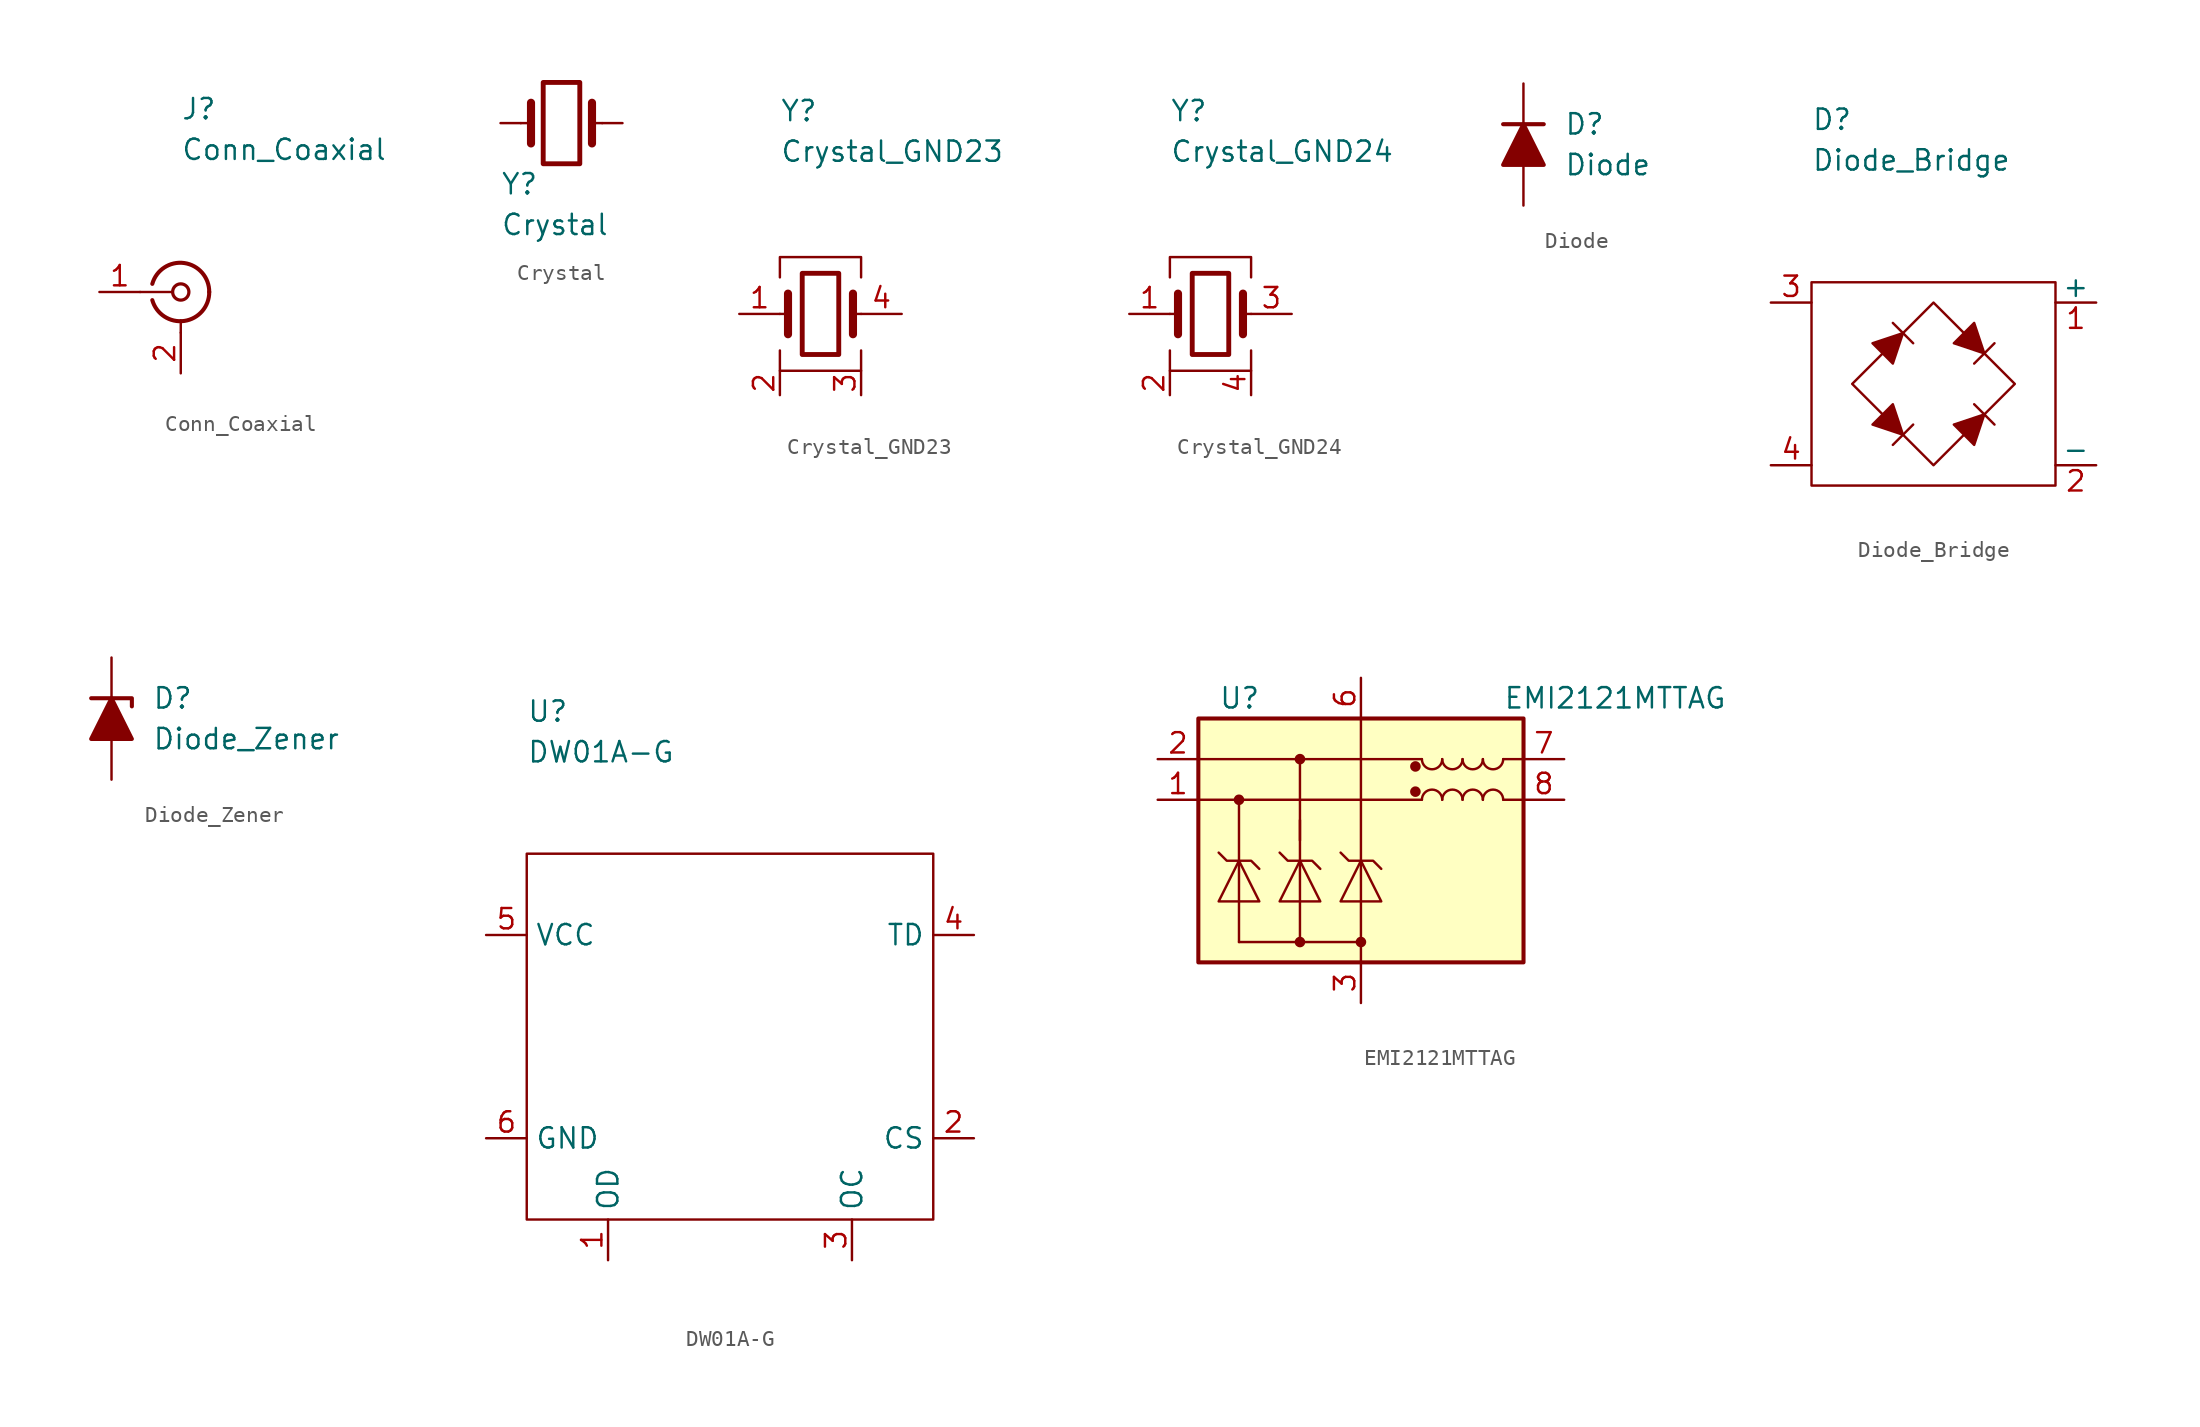
<source format=kicad_sym>
(kicad_symbol_lib
  (version 20211014)
  (generator kicad_symbol_editor)
  (symbol "Conn_Coaxial"
    (pin_names
      (offset 1.016) hide)
    (property "Reference" "J"
      (at 0 11.43 0)
      (effects (font (size 1.27 1.27)) (justify left)))
    (property "Value" "Conn_Coaxial"
      (at 0 8.89 0)
      (effects (font (size 1.27 1.27)) (justify left)))
    (symbol "Conn_Coaxial_0_1"
      (arc (start -1.778 -0.508) (mid 0.222 -1.808) (end 1.778 0) (stroke (width 0.254) (type default) (color 0 0 0 0)) (fill (type none)))
      (polyline (pts (xy -2.54 0) (xy -0.508 0)) (stroke (width 0) (type default) (color 0 0 0 0)) (fill (type none)))
      (polyline (pts (xy 0 -2.54) (xy 0 -1.778)) (stroke (width 0) (type default) (color 0 0 0 0)) (fill (type none)))
      (circle (center 0 0) (radius 0.508) (stroke (width 0.203) (type default) (color 0 0 0 0)) (fill (type none)))
      (arc (start 1.778 0) (mid 0.222 1.8083) (end -1.778 0.508) (stroke (width 0.254) (type default) (color 0 0 0 0)) (fill (type none))))
    (symbol "Conn_Coaxial_1_1"
      (pin passive line (at -5.08 0 0) (length 2.54) (name "In" (effects (font (size 1.27 1.27)))) (number "1" (effects (font (size 1.27 1.27)))))
      (pin passive line (at 0 -5.08 90) (length 2.54) (name "Ext" (effects (font (size 1.27 1.27)))) (number "2" (effects (font (size 1.27 1.27)))))))
  (symbol "Crystal"
    (pin_numbers hide)
    (pin_names
      (offset 1.016) hide)
    (property "Reference" "Y"
      (at -2.54 -3.81 0)
      (effects (font (size 1.27 1.27)) (justify left)))
    (property "Value" "Crystal"
      (at -2.54 -6.35 0)
      (effects (font (size 1.27 1.27)) (justify left)))
    (symbol "Crystal_0_1"
      (polyline (pts (xy -1.27 0) (xy -0.635 0)) (stroke (width 0) (type default) (color 0 0 0 0)) (fill (type none)))
      (polyline (pts (xy -0.635 -1.27) (xy -0.635 1.27)) (stroke (width 0.508) (type default) (color 0 0 0 0)) (fill (type none)))
      (polyline (pts (xy 3.175 -1.27) (xy 3.175 1.27)) (stroke (width 0.508) (type default) (color 0 0 0 0)) (fill (type none)))
      (polyline (pts (xy 3.81 0) (xy 3.175 0)) (stroke (width 0) (type default) (color 0 0 0 0)) (fill (type none)))
      (rectangle (start 0.127 2.54) (end 2.413 -2.54) (stroke (width 0.305) (type default) (color 0 0 0 0)) (fill (type none))))
    (symbol "Crystal_1_1"
      (pin passive line (at -2.54 0 0) (length 1.27) (name "1" (effects (font (size 1.27 1.27)))) (number "1" (effects (font (size 1.27 1.27)))))
      (pin passive line (at 5.08 0 180) (length 1.27) (name "2" (effects (font (size 1.27 1.27)))) (number "2" (effects (font (size 1.27 1.27)))))))
  (symbol "Crystal_GND23"
    (pin_names
      (offset 1.016) hide)
    (property "Reference" "Y"
      (at -2.54 12.7 0)
      (effects (font (size 1.27 1.27)) (justify left)))
    (property "Value" "Crystal_GND23"
      (at -2.54 10.16 0)
      (effects (font (size 1.27 1.27)) (justify left)))
    (symbol "Crystal_GND23_0_1"
      (rectangle (start -1.143 2.54) (end 1.143 -2.54) (stroke (width 0.305) (type default) (color 0 0 0 0)) (fill (type none)))
      (polyline (pts (xy -2.54 0) (xy -2.032 0)) (stroke (width 0) (type default) (color 0 0 0 0)) (fill (type none)))
      (polyline (pts (xy -2.032 -1.27) (xy -2.032 1.27)) (stroke (width 0.508) (type default) (color 0 0 0 0)) (fill (type none)))
      (polyline (pts (xy 2.032 -1.27) (xy 2.032 1.27)) (stroke (width 0.508) (type default) (color 0 0 0 0)) (fill (type none)))
      (polyline (pts (xy 2.032 0) (xy 2.54 0)) (stroke (width 0) (type default) (color 0 0 0 0)) (fill (type none)))
      (polyline (pts (xy -2.54 -2.286) (xy -2.54 -3.556) (xy 2.54 -3.556) (xy 2.54 -2.286)) (stroke (width 0) (type default) (color 0 0 0 0)) (fill (type none)))
      (polyline (pts (xy -2.54 2.286) (xy -2.54 3.556) (xy 2.54 3.556) (xy 2.54 2.286)) (stroke (width 0) (type default) (color 0 0 0 0)) (fill (type none))))
    (symbol "Crystal_GND23_1_1"
      (pin passive line (at -5.08 0 0) (length 2.54) (name "1" (effects (font (size 1.27 1.27)))) (number "1" (effects (font (size 1.27 1.27)))))
      (pin passive line (at -2.54 -5.08 90) (length 1.524) (name "2" (effects (font (size 1.27 1.27)))) (number "2" (effects (font (size 1.27 1.27)))))
      (pin passive line (at 2.54 -5.08 90) (length 1.524) (name "3" (effects (font (size 1.27 1.27)))) (number "3" (effects (font (size 1.27 1.27)))))
      (pin passive line (at 5.08 0 180) (length 2.54) (name "4" (effects (font (size 1.27 1.27)))) (number "4" (effects (font (size 1.27 1.27)))))))
  (symbol "Crystal_GND24"
    (pin_names
      (offset 1.016) hide)
    (property "Reference" "Y"
      (at -2.54 12.7 0)
      (effects (font (size 1.27 1.27)) (justify left)))
    (property "Value" "Crystal_GND24"
      (at -2.54 10.16 0)
      (effects (font (size 1.27 1.27)) (justify left)))
    (symbol "Crystal_GND24_0_1"
      (rectangle (start -1.143 2.54) (end 1.143 -2.54) (stroke (width 0.305) (type default) (color 0 0 0 0)) (fill (type none)))
      (polyline (pts (xy -2.54 0) (xy -2.032 0)) (stroke (width 0) (type default) (color 0 0 0 0)) (fill (type none)))
      (polyline (pts (xy -2.032 -1.27) (xy -2.032 1.27)) (stroke (width 0.508) (type default) (color 0 0 0 0)) (fill (type none)))
      (polyline (pts (xy 2.032 -1.27) (xy 2.032 1.27)) (stroke (width 0.508) (type default) (color 0 0 0 0)) (fill (type none)))
      (polyline (pts (xy 2.032 0) (xy 2.54 0)) (stroke (width 0) (type default) (color 0 0 0 0)) (fill (type none)))
      (polyline (pts (xy -2.54 -2.286) (xy -2.54 -3.556) (xy 2.54 -3.556) (xy 2.54 -2.286)) (stroke (width 0) (type default) (color 0 0 0 0)) (fill (type none)))
      (polyline (pts (xy -2.54 2.286) (xy -2.54 3.556) (xy 2.54 3.556) (xy 2.54 2.286)) (stroke (width 0) (type default) (color 0 0 0 0)) (fill (type none))))
    (symbol "Crystal_GND24_1_1"
      (pin passive line (at -5.08 0 0) (length 2.54) (name "1" (effects (font (size 1.27 1.27)))) (number "1" (effects (font (size 1.27 1.27)))))
      (pin passive line (at -2.54 -5.08 90) (length 1.524) (name "2" (effects (font (size 1.27 1.27)))) (number "2" (effects (font (size 1.27 1.27)))))
      (pin passive line (at 5.08 0 180) (length 2.54) (name "3" (effects (font (size 1.27 1.27)))) (number "3" (effects (font (size 1.27 1.27)))))
      (pin passive line (at 2.54 -5.08 90) (length 1.524) (name "4" (effects (font (size 1.27 1.27)))) (number "4" (effects (font (size 1.27 1.27)))))))
  (symbol "Diode"
    (pin_numbers hide)
    (pin_names
      (offset 1.016) hide)
    (property "Reference" "D"
      (at 2.54 0 0)
      (effects (font (size 1.27 1.27)) (justify left)))
    (property "Value" "Diode"
      (at 2.54 -2.54 0)
      (effects (font (size 1.27 1.27)) (justify left)))
    (symbol "Diode_0_1"
      (polyline (pts (xy 0 -2.54) (xy 0 0)) (stroke (width 0) (type default) (color 0 0 0 0)) (fill (type none)))
      (polyline (pts (xy 1.27 0) (xy -1.27 0)) (stroke (width 0.254) (type default) (color 0 0 0 0)) (fill (type none)))
      (polyline (pts (xy 1.27 -2.54) (xy -1.27 -2.54) (xy 0 0) (xy 1.27 -2.54)) (stroke (width 0.254) (type default) (color 0 0 0 0)) (fill (type outline))))
    (symbol "Diode_1_1"
      (pin passive line (at 0 -5.08 90) (length 2.54) (name "A" (effects (font (size 1.27 1.27)))) (number "A" (effects (font (size 1.27 1.27)))))
      (pin passive line (at 0 2.54 270) (length 2.54) (name "C" (effects (font (size 1.27 1.27)))) (number "C" (effects (font (size 1.27 1.27)))))))
  (symbol "Diode_Bridge"
    (pin_names
      (offset 0))
    (property "Reference" "D"
      (at -7.62 16.51 0)
      (effects (font (size 1.27 1.27)) (justify left)))
    (property "Value" "Diode_Bridge"
      (at -7.62 13.97 0)
      (effects (font (size 1.27 1.27)) (justify left)))
    (symbol "Diode_Bridge_0_1"
      (rectangle (start -7.62 6.35) (end 7.62 -6.35) (stroke (width 0.152) (type default) (color 0 0 0 0)) (fill (type none)))
      (polyline (pts (xy -2.54 3.81) (xy -1.27 2.54)) (stroke (width 0) (type default) (color 0 0 0 0)) (fill (type none)))
      (polyline (pts (xy -1.27 -2.54) (xy -2.54 -3.81)) (stroke (width 0) (type default) (color 0 0 0 0)) (fill (type none)))
      (polyline (pts (xy 2.54 -1.27) (xy 3.81 -2.54)) (stroke (width 0) (type default) (color 0 0 0 0)) (fill (type none)))
      (polyline (pts (xy 2.54 1.27) (xy 3.81 2.54)) (stroke (width 0) (type default) (color 0 0 0 0)) (fill (type none)))
      (polyline (pts (xy -3.81 2.54) (xy -2.54 1.27) (xy -1.905 3.175) (xy -3.81 2.54)) (stroke (width 0) (type default) (color 0 0 0 0)) (fill (type outline)))
      (polyline (pts (xy -2.54 -1.27) (xy -3.81 -2.54) (xy -1.905 -3.175) (xy -2.54 -1.27)) (stroke (width 0) (type default) (color 0 0 0 0)) (fill (type outline)))
      (polyline (pts (xy 1.27 2.54) (xy 2.54 3.81) (xy 3.175 1.905) (xy 1.27 2.54)) (stroke (width 0) (type default) (color 0 0 0 0)) (fill (type outline)))
      (polyline (pts (xy 3.175 -1.905) (xy 1.27 -2.54) (xy 2.54 -3.81) (xy 3.175 -1.905)) (stroke (width 0) (type default) (color 0 0 0 0)) (fill (type outline)))
      (polyline (pts (xy -5.08 0) (xy 0 -5.08) (xy 5.08 0) (xy 0 5.08) (xy -5.08 0)) (stroke (width 0) (type default) (color 0 0 0 0)) (fill (type none))))
    (symbol "Diode_Bridge_1_1"
      (pin passive line (at 10.16 5.08 180) (length 2.54) (name "+" (effects (font (size 1.27 1.27)))) (number "1" (effects (font (size 1.27 1.27)))))
      (pin passive line (at 10.16 -5.08 180) (length 2.54) (name "-" (effects (font (size 1.27 1.27)))) (number "2" (effects (font (size 1.27 1.27)))))
      (pin passive line (at -10.16 5.08 0) (length 2.54) (name "~" (effects (font (size 1.27 1.27)))) (number "3" (effects (font (size 1.27 1.27)))))
      (pin passive line (at -10.16 -5.08 0) (length 2.54) (name "~" (effects (font (size 1.27 1.27)))) (number "4" (effects (font (size 1.27 1.27)))))))
  (symbol "Diode_Zener"
    (pin_numbers hide)
    (pin_names
      (offset 1.016) hide)
    (property "Reference" "D"
      (at 2.54 2.54 0)
      (effects (font (size 1.27 1.27)) (justify left)))
    (property "Value" "Diode_Zener"
      (at 2.54 0 0)
      (effects (font (size 1.27 1.27)) (justify left)))
    (symbol "Diode_Zener_0_1"
      (polyline (pts (xy 0 0) (xy 0 2.54)) (stroke (width 0) (type default) (color 0 0 0 0)) (fill (type none)))
      (polyline (pts (xy -1.27 2.54) (xy 1.27 2.54) (xy 1.27 2.032)) (stroke (width 0.254) (type default) (color 0 0 0 0)) (fill (type none)))
      (polyline (pts (xy -1.27 0) (xy 1.27 0) (xy 0 2.54) (xy -1.27 0)) (stroke (width 0.254) (type default) (color 0 0 0 0)) (fill (type outline))))
    (symbol "Diode_Zener_1_1"
      (pin passive line (at 0 -2.54 90) (length 2.54) (name "A" (effects (font (size 1.27 1.27)))) (number "A" (effects (font (size 1.27 1.27)))))
      (pin passive line (at 0 5.08 270) (length 2.54) (name "C" (effects (font (size 1.27 1.27)))) (number "C" (effects (font (size 1.27 1.27)))))))
  (symbol "DW01A-G"
    (property "Reference" "U"
      (at 0 8.89 0)
      (effects (font (size 1.27 1.27)) (justify left)))
    (property "Value" "DW01A-G"
      (at 0 6.35 0)
      (effects (font (size 1.27 1.27)) (justify left)))
    (symbol "DW01A-G_0_1"
      (rectangle (start 0 0) (end 25.4 -22.86) (stroke (width 0.152) (type default) (color 0 0 0 0)) (fill (type none))))
    (symbol "DW01A-G_1_1"
      (pin passive line (at 5.08 -25.4 90) (length 2.54) (name "OD" (effects (font (size 1.27 1.27)))) (number "1" (effects (font (size 1.27 1.27)))))
      (pin passive line (at 27.94 -17.78 180) (length 2.54) (name "CS" (effects (font (size 1.27 1.27)))) (number "2" (effects (font (size 1.27 1.27)))))
      (pin passive line (at 20.32 -25.4 90) (length 2.54) (name "OC" (effects (font (size 1.27 1.27)))) (number "3" (effects (font (size 1.27 1.27)))))
      (pin passive line (at 27.94 -5.08 180) (length 2.54) (name "TD" (effects (font (size 1.27 1.27)))) (number "4" (effects (font (size 1.27 1.27)))))
      (pin passive line (at -2.54 -5.08 0) (length 2.54) (name "VCC" (effects (font (size 1.27 1.27)))) (number "5" (effects (font (size 1.27 1.27)))))
      (pin passive line (at -2.54 -17.78 0) (length 2.54) (name "GND" (effects (font (size 1.27 1.27)))) (number "6" (effects (font (size 1.27 1.27)))))))
  (symbol "EMI2121MTTAG"
    (pin_names
      (offset 0.025) hide)
    (property "Reference" "U"
      (at -8.89 8.89 0)
      (effects (font (size 1.27 1.27)) (justify left)))
    (property "Value" "EMI2121MTTAG"
      (at 8.89 8.89 0)
      (effects (font (size 1.27 1.27)) (justify left)))
    (symbol "EMI2121MTTAG_0_1"
      (rectangle (start -10.16 7.62) (end 10.16 -7.62) (stroke (width 0.254) (type default) (color 0 0 0 0)) (fill (type background)))
      (polyline (pts (xy -10.16 2.54) (xy 3.81 2.54)) (stroke (width 0) (type default) (color 0 0 0 0)) (fill (type none)))
      (polyline (pts (xy -10.16 5.08) (xy 3.81 5.08)) (stroke (width 0) (type default) (color 0 0 0 0)) (fill (type none)))
      (polyline (pts (xy -7.62 -6.35) (xy 0 -6.35)) (stroke (width 0) (type default) (color 0 0 0 0)) (fill (type none)))
      (polyline (pts (xy -3.81 0) (xy -3.81 5.08)) (stroke (width 0) (type default) (color 0 0 0 0)) (fill (type none)))
      (polyline (pts (xy 0 -6.35) (xy 0 -7.62)) (stroke (width 0) (type default) (color 0 0 0 0)) (fill (type none)))
      (polyline (pts (xy 8.89 2.54) (xy 10.16 2.54)) (stroke (width 0) (type default) (color 0 0 0 0)) (fill (type none)))
      (polyline (pts (xy 8.89 5.08) (xy 10.16 5.08)) (stroke (width 0) (type default) (color 0 0 0 0)) (fill (type none)))
      (polyline (pts (xy 0 7.62) (xy 0 1.27) (xy 0 -1.27)) (stroke (width 0) (type default) (color 0 0 0 0)) (fill (type none)))
      (arc (start 3.81 5.08) (mid 4.445 4.445) (end 5.08 5.08) (stroke (width 0) (type default) (color 0 0 0 0)) (fill (type none)))
      (arc (start 5.08 5.08) (mid 5.715 4.445) (end 6.35 5.08) (stroke (width 0) (type default) (color 0 0 0 0)) (fill (type none)))
      (arc (start 6.35 5.08) (mid 6.985 4.445) (end 7.62 5.08) (stroke (width 0) (type default) (color 0 0 0 0)) (fill (type none)))
      (arc (start 7.62 5.08) (mid 8.255 4.445) (end 8.89 5.08) (stroke (width 0) (type default) (color 0 0 0 0)) (fill (type none))))
    (symbol "EMI2121MTTAG_1_1"
      (circle (center -7.62 2.54) (radius 0.254) (stroke (width 0) (type default) (color 0 0 0 0)) (fill (type outline)))
      (circle (center -3.81 -6.35) (radius 0.254) (stroke (width 0) (type default) (color 0 0 0 0)) (fill (type outline)))
      (circle (center -3.81 5.08) (radius 0.254) (stroke (width 0) (type default) (color 0 0 0 0)) (fill (type outline)))
      (circle (center 0 -6.35) (radius 0.254) (stroke (width 0) (type default) (color 0 0 0 0)) (fill (type outline)))
      (polyline (pts (xy -7.62 -6.35) (xy -7.62 -1.27)) (stroke (width 0) (type default) (color 0 0 0 0)) (fill (type none)))
      (polyline (pts (xy -7.62 -1.27) (xy -7.62 2.54)) (stroke (width 0) (type default) (color 0 0 0 0)) (fill (type none)))
      (polyline (pts (xy -3.81 -6.35) (xy -3.81 -1.27)) (stroke (width 0) (type default) (color 0 0 0 0)) (fill (type none)))
      (polyline (pts (xy -3.81 -1.27) (xy -3.81 1.27)) (stroke (width 0) (type default) (color 0 0 0 0)) (fill (type none)))
      (polyline (pts (xy 0 -6.35) (xy 0 -1.27)) (stroke (width 0) (type default) (color 0 0 0 0)) (fill (type none)))
      (polyline (pts (xy -8.89 -3.81) (xy -6.35 -3.81) (xy -7.62 -1.27) (xy -8.89 -3.81)) (stroke (width 0) (type default) (color 0 0 0 0)) (fill (type none)))
      (polyline (pts (xy -6.35 -1.778) (xy -6.858 -1.27) (xy -8.382 -1.27) (xy -8.89 -0.762)) (stroke (width 0) (type default) (color 0 0 0 0)) (fill (type none)))
      (polyline (pts (xy -5.08 -3.81) (xy -2.54 -3.81) (xy -3.81 -1.27) (xy -5.08 -3.81)) (stroke (width 0) (type default) (color 0 0 0 0)) (fill (type none)))
      (polyline (pts (xy -2.54 -1.778) (xy -3.048 -1.27) (xy -4.572 -1.27) (xy -5.08 -0.762)) (stroke (width 0) (type default) (color 0 0 0 0)) (fill (type none)))
      (polyline (pts (xy -1.27 -3.81) (xy 1.27 -3.81) (xy 0 -1.27) (xy -1.27 -3.81)) (stroke (width 0) (type default) (color 0 0 0 0)) (fill (type none)))
      (polyline (pts (xy 1.27 -1.778) (xy 0.762 -1.27) (xy -0.762 -1.27) (xy -1.27 -0.762)) (stroke (width 0) (type default) (color 0 0 0 0)) (fill (type none)))
      (circle (center 3.404 3.048) (radius 0.254) (stroke (width 0) (type default) (color 0 0 0 0)) (fill (type outline)))
      (circle (center 3.404 4.623) (radius 0.254) (stroke (width 0) (type default) (color 0 0 0 0)) (fill (type outline)))
      (arc (start 5.08 2.54) (mid 4.445 3.175) (end 3.81 2.54) (stroke (width 0) (type default) (color 0 0 0 0)) (fill (type none)))
      (arc (start 6.35 2.54) (mid 5.715 3.175) (end 5.08 2.54) (stroke (width 0) (type default) (color 0 0 0 0)) (fill (type none)))
      (arc (start 7.62 2.54) (mid 6.985 3.175) (end 6.35 2.54) (stroke (width 0) (type default) (color 0 0 0 0)) (fill (type none)))
      (arc (start 8.89 2.54) (mid 8.255 3.175) (end 7.62 2.54) (stroke (width 0) (type default) (color 0 0 0 0)) (fill (type none)))
      (pin passive line (at -12.7 2.54 0) (length 2.54) (name "In_1+" (effects (font (size 1.27 1.27)))) (number "1" (effects (font (size 1.27 1.27)))))
      (pin passive line (at -12.7 5.08 0) (length 2.54) (name "In_1-" (effects (font (size 1.27 1.27)))) (number "2" (effects (font (size 1.27 1.27)))))
      (pin power_in line (at 0 -10.16 90) (length 2.54) (name "GND" (effects (font (size 1.27 1.27)))) (number "3" (effects (font (size 1.27 1.27)))))
      (pin passive line (at 0 -10.16 90) (length 2.54) hide (name "GND" (effects (font (size 1.27 1.27)))) (number "4" (effects (font (size 1.27 1.27)))))
      (pin passive line (at 0 -10.16 90) (length 2.54) hide (name "GND" (effects (font (size 1.27 1.27)))) (number "5" (effects (font (size 1.27 1.27)))))
      (pin power_in line (at 0 10.16 270) (length 2.54) (name "VDD" (effects (font (size 1.27 1.27)))) (number "6" (effects (font (size 1.27 1.27)))))
      (pin passive line (at 12.7 5.08 180) (length 2.54) (name "Out_1-" (effects (font (size 1.27 1.27)))) (number "7" (effects (font (size 1.27 1.27)))))
      (pin passive line (at 12.7 2.54 180) (length 2.54) (name "Out_1+" (effects (font (size 1.27 1.27)))) (number "8" (effects (font (size 1.27 1.27)))))
      (pin passive line (at 0 -10.16 90) (length 2.54) hide (name "GND" (effects (font (size 1.27 1.27)))) (number "9" (effects (font (size 1.27 1.27))))))))
</source>
